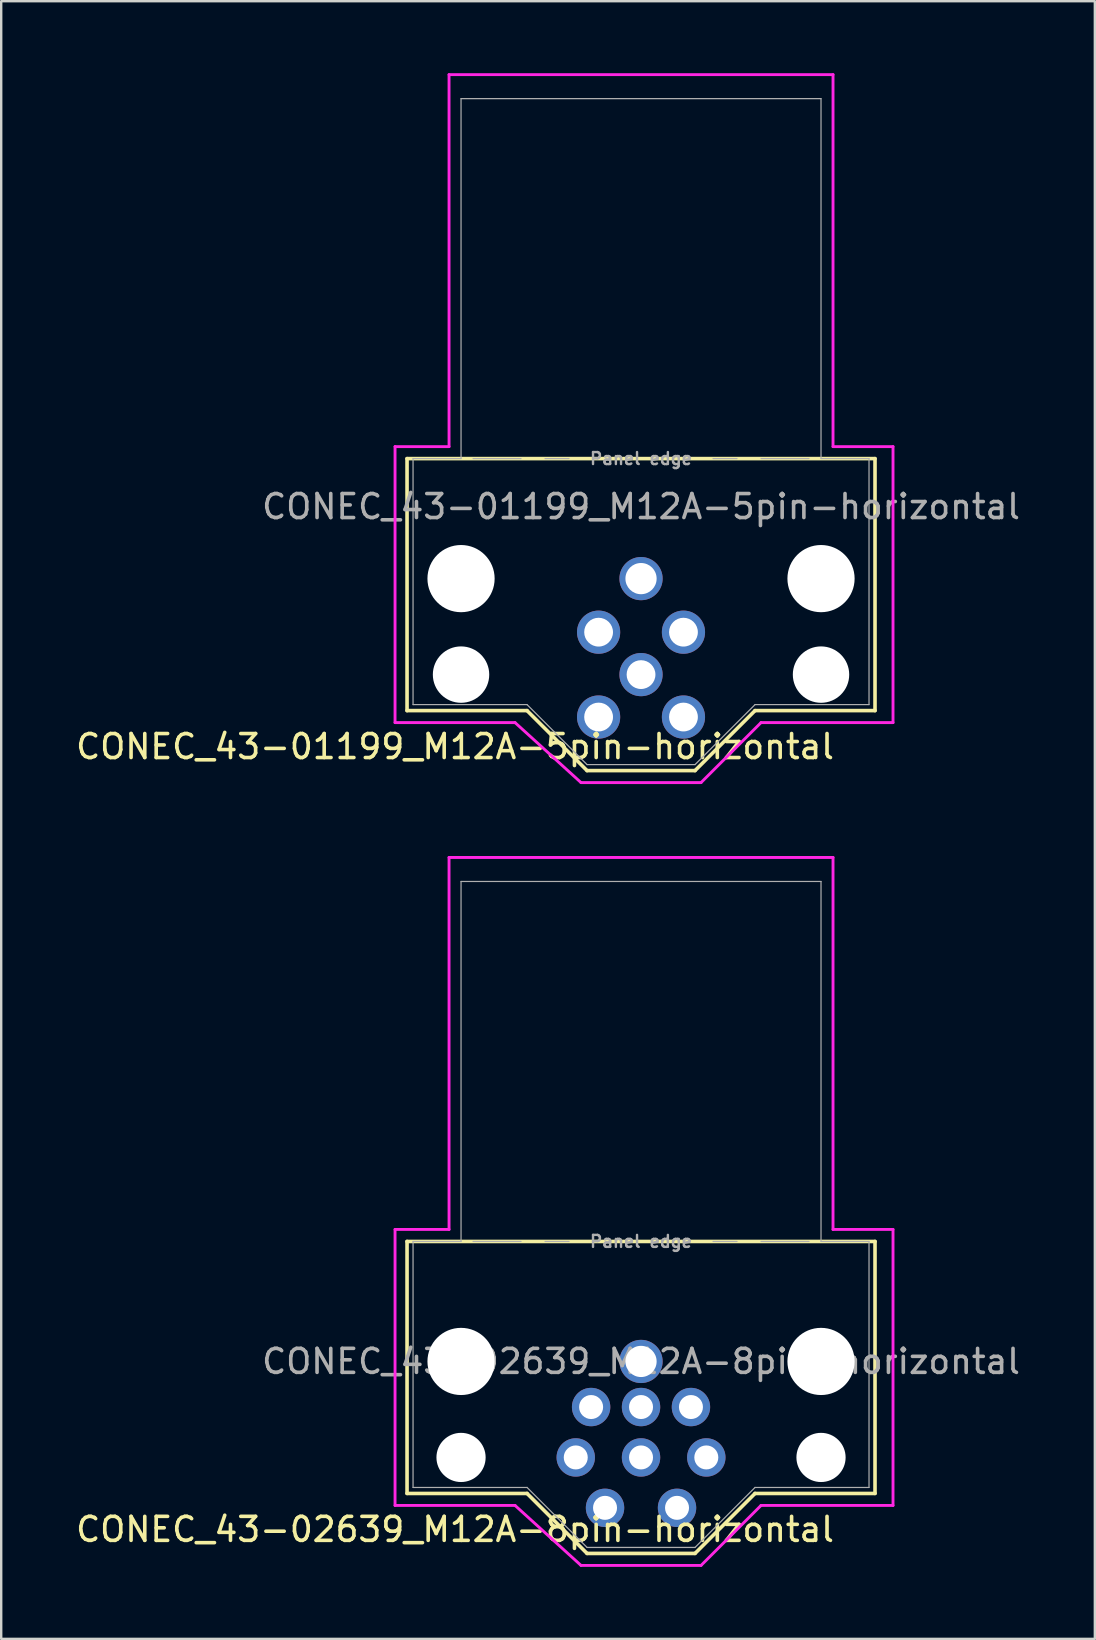
<source format=kicad_pcb>
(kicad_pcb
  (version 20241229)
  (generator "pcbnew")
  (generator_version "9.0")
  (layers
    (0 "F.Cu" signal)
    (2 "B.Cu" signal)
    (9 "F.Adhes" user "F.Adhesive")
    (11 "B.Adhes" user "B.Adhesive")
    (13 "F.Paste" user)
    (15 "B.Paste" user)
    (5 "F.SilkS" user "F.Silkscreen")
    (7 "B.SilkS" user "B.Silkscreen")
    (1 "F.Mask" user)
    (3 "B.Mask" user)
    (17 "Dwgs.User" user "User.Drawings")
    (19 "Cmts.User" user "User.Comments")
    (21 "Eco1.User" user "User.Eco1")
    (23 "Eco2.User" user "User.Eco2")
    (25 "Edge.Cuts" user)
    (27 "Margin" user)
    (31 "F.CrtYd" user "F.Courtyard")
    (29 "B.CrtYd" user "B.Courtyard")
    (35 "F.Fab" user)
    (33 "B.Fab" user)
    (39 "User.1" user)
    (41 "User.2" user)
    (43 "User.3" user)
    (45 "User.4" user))
  (footprint "CONEC_43-01199_M12A-5pin-horizontal"
    (layer "F.Cu")
    (at 23.661 25.06)
    (property "Reference" "CONEC_43-01199_M12A-5pin-horizontal" (at -7.75 3 0) (layer "F.SilkS") (effects (font (size 1 1) (thickness 0.15))))
    (attr through_hole)
    (fp_line (start -9.75 -9) (end -9.75 1.5) (stroke (width 0.15) (type solid)) (layer "F.SilkS"))
    (fp_line (start -9.75 -9) (end 9.75 -9) (stroke (width 0.15) (type solid)) (layer "F.SilkS"))
    (fp_line (start -9.75 1.5) (end -4.75 1.5) (stroke (width 0.15) (type solid)) (layer "F.SilkS"))
    (fp_line (start -2.25 4) (end -4.75 1.5) (stroke (width 0.15) (type solid)) (layer "F.SilkS"))
    (fp_line (start -2.25 4) (end 2.25 4) (stroke (width 0.15) (type solid)) (layer "F.SilkS"))
    (fp_line (start 4.75 1.5) (end 2.25 4) (stroke (width 0.15) (type solid)) (layer "F.SilkS"))
    (fp_line (start 4.75 1.5) (end 9.75 1.5) (stroke (width 0.15) (type solid)) (layer "F.SilkS"))
    (fp_line (start 9.75 -9) (end 9.75 1.5) (stroke (width 0.15) (type solid)) (layer "F.SilkS"))
    (fp_line (start -10.25 -9.5) (end -8 -9.5) (stroke (width 0.12) (type solid)) (layer "F.CrtYd"))
    (fp_line (start -10.25 2) (end -10.25 -9.5) (stroke (width 0.12) (type solid)) (layer "F.CrtYd"))
    (fp_line (start -8 -25) (end 8 -25) (stroke (width 0.12) (type solid)) (layer "F.CrtYd"))
    (fp_line (start -8 -9.5) (end -8 -25) (stroke (width 0.12) (type solid)) (layer "F.CrtYd"))
    (fp_line (start -5.25 2) (end -10.25 2) (stroke (width 0.12) (type solid)) (layer "F.CrtYd"))
    (fp_line (start -2.5 4.5) (end -5.25 2) (stroke (width 0.12) (type solid)) (layer "F.CrtYd"))
    (fp_line (start 2.5 4.5) (end -2.5 4.5) (stroke (width 0.12) (type solid)) (layer "F.CrtYd"))
    (fp_line (start 5 2) (end 2.5 4.5) (stroke (width 0.12) (type solid)) (layer "F.CrtYd"))
    (fp_line (start 8 -25) (end 8 -9.5) (stroke (width 0.12) (type solid)) (layer "F.CrtYd"))
    (fp_line (start 8 -9.5) (end 10.5 -9.5) (stroke (width 0.12) (type solid)) (layer "F.CrtYd"))
    (fp_line (start 10.5 -9.5) (end 10.5 2) (stroke (width 0.12) (type solid)) (layer "F.CrtYd"))
    (fp_line (start 10.5 2) (end 5 2) (stroke (width 0.12) (type solid)) (layer "F.CrtYd"))
    (fp_line (start -9.5 -9) (end -7.5 -9) (stroke (width 0.05) (type solid)) (layer "F.Fab"))
    (fp_line (start -9.5 1.25) (end -9.5 -9) (stroke (width 0.05) (type solid)) (layer "F.Fab"))
    (fp_line (start -7.5 -24) (end 7.5 -24) (stroke (width 0.05) (type solid)) (layer "F.Fab"))
    (fp_line (start -7.5 -9) (end -7.5 -24) (stroke (width 0.05) (type solid)) (layer "F.Fab"))
    (fp_line (start -7 -9) (end -5 -9) (stroke (width 0.05) (type solid)) (layer "F.Fab"))
    (fp_line (start -4.75 1.25) (end -9.5 1.25) (stroke (width 0.05) (type solid)) (layer "F.Fab"))
    (fp_line (start -4 -9) (end -3 -9) (stroke (width 0.05) (type solid)) (layer "F.Fab"))
    (fp_line (start -2.25 3.75) (end -4.75 1.25) (stroke (width 0.05) (type solid)) (layer "F.Fab"))
    (fp_line (start 2.25 3.75) (end -2.25 3.75) (stroke (width 0.05) (type solid)) (layer "F.Fab"))
    (fp_line (start 4 -9) (end 3 -9) (stroke (width 0.05) (type solid)) (layer "F.Fab"))
    (fp_line (start 4.75 1.25) (end 2.25 3.75) (stroke (width 0.05) (type solid)) (layer "F.Fab"))
    (fp_line (start 7 -9) (end 5 -9) (stroke (width 0.05) (type solid)) (layer "F.Fab"))
    (fp_line (start 7.5 -9) (end 7.5 -24) (stroke (width 0.05) (type solid)) (layer "F.Fab"))
    (fp_line (start 7.5 -9) (end 9.5 -9) (stroke (width 0.05) (type solid)) (layer "F.Fab"))
    (fp_line (start 9.5 -9) (end 9.5 1.25) (stroke (width 0.05) (type solid)) (layer "F.Fab"))
    (fp_line (start 9.5 1.25) (end 4.75 1.25) (stroke (width 0.05) (type solid)) (layer "F.Fab"))
    (fp_text user "Panel edge" (at 0 -9 0) (layer "F.Fab") (effects (font (size 0.5 0.5) (thickness 0.1))))
    (fp_text user "${REFERENCE}" (at 0 -7 0) (layer "F.Fab") (effects (font (size 1 1) (thickness 0.15))))
    (pad "" np_thru_hole circle (at -7.5 -4) (size 2.8 2.8) (drill 2.8) (layers "*.Cu" "*.Mask"))
    (pad "" np_thru_hole circle (at -7.5 0) (size 2.35 2.35) (drill 2.35) (layers "*.Cu" "*.Mask"))
    (pad "" np_thru_hole circle (at 7.5 -4) (size 2.8 2.8) (drill 2.8) (layers "*.Cu" "*.Mask"))
    (pad "" np_thru_hole circle (at 7.5 0 180) (size 2.35 2.35) (drill 2.35) (layers "*.Cu" "*.Mask"))
    (pad "1" thru_hole circle (at 1.768 1.768 315) (size 1.8 1.8) (drill 1.2) (layers "*.Cu" "*.Mask"))
    (pad "2" thru_hole circle (at -1.768 1.768 225) (size 1.8 1.8) (drill 1.2) (layers "*.Cu" "*.Mask"))
    (pad "3" thru_hole circle (at -1.768 -1.768 135) (size 1.8 1.8) (drill 1.2) (layers "*.Cu" "*.Mask"))
    (pad "4" thru_hole circle (at 1.768 -1.768 45) (size 1.8 1.8) (drill 1.2) (layers "*.Cu" "*.Mask"))
    (pad "5" thru_hole circle (at 0 0) (size 1.8 1.8) (drill 1.2) (layers "*.Cu" "*.Mask"))
    (pad "MP" thru_hole circle (at 0 -4) (size 1.8 1.8) (drill 1.3) (layers "*.Cu" "*.Mask")))
  (footprint "CONEC_43-02639_M12A-8pin-horizontal"
    (layer "F.Cu")
    (at 23.661 57.68)
    (property "Reference" "CONEC_43-02639_M12A-8pin-horizontal" (at -7.75 3 0) (layer "F.SilkS") (effects (font (size 1 1) (thickness 0.15))))
    (attr through_hole)
    (fp_line (start -9.75 -9) (end -9.75 1.5) (stroke (width 0.15) (type solid)) (layer "F.SilkS"))
    (fp_line (start -9.75 -9) (end 9.75 -9) (stroke (width 0.15) (type solid)) (layer "F.SilkS"))
    (fp_line (start -9.75 1.5) (end -4.75 1.5) (stroke (width 0.15) (type solid)) (layer "F.SilkS"))
    (fp_line (start -2.25 4) (end -4.75 1.5) (stroke (width 0.15) (type solid)) (layer "F.SilkS"))
    (fp_line (start -2.25 4) (end 2.25 4) (stroke (width 0.15) (type solid)) (layer "F.SilkS"))
    (fp_line (start 4.75 1.5) (end 2.25 4) (stroke (width 0.15) (type solid)) (layer "F.SilkS"))
    (fp_line (start 4.75 1.5) (end 9.75 1.5) (stroke (width 0.15) (type solid)) (layer "F.SilkS"))
    (fp_line (start 9.75 -9) (end 9.75 1.5) (stroke (width 0.15) (type solid)) (layer "F.SilkS"))
    (fp_line (start -10.25 -9.5) (end -8 -9.5) (stroke (width 0.12) (type solid)) (layer "F.CrtYd"))
    (fp_line (start -10.25 2) (end -10.25 -9.5) (stroke (width 0.12) (type solid)) (layer "F.CrtYd"))
    (fp_line (start -8 -25) (end 8 -25) (stroke (width 0.12) (type solid)) (layer "F.CrtYd"))
    (fp_line (start -8 -9.5) (end -8 -25) (stroke (width 0.12) (type solid)) (layer "F.CrtYd"))
    (fp_line (start -5.25 2) (end -10.25 2) (stroke (width 0.12) (type solid)) (layer "F.CrtYd"))
    (fp_line (start -2.5 4.5) (end -5.25 2) (stroke (width 0.12) (type solid)) (layer "F.CrtYd"))
    (fp_line (start 2.5 4.5) (end -2.5 4.5) (stroke (width 0.12) (type solid)) (layer "F.CrtYd"))
    (fp_line (start 5 2) (end 2.5 4.5) (stroke (width 0.12) (type solid)) (layer "F.CrtYd"))
    (fp_line (start 8 -25) (end 8 -9.5) (stroke (width 0.12) (type solid)) (layer "F.CrtYd"))
    (fp_line (start 8 -9.5) (end 10.5 -9.5) (stroke (width 0.12) (type solid)) (layer "F.CrtYd"))
    (fp_line (start 10.5 -9.5) (end 10.5 2) (stroke (width 0.12) (type solid)) (layer "F.CrtYd"))
    (fp_line (start 10.5 2) (end 5 2) (stroke (width 0.12) (type solid)) (layer "F.CrtYd"))
    (fp_line (start -9.5 -9) (end -7.5 -9) (stroke (width 0.05) (type solid)) (layer "F.Fab"))
    (fp_line (start -9.5 1.25) (end -9.5 -9) (stroke (width 0.05) (type solid)) (layer "F.Fab"))
    (fp_line (start -7.5 -24) (end 7.5 -24) (stroke (width 0.05) (type solid)) (layer "F.Fab"))
    (fp_line (start -7.5 -9) (end -7.5 -24) (stroke (width 0.05) (type solid)) (layer "F.Fab"))
    (fp_line (start -7 -9) (end -5 -9) (stroke (width 0.05) (type solid)) (layer "F.Fab"))
    (fp_line (start -4.75 1.25) (end -9.5 1.25) (stroke (width 0.05) (type solid)) (layer "F.Fab"))
    (fp_line (start -4 -9) (end -3 -9) (stroke (width 0.05) (type solid)) (layer "F.Fab"))
    (fp_line (start -2.25 3.75) (end -4.75 1.25) (stroke (width 0.05) (type solid)) (layer "F.Fab"))
    (fp_line (start 2.25 3.75) (end -2.25 3.75) (stroke (width 0.05) (type solid)) (layer "F.Fab"))
    (fp_line (start 4 -9) (end 3 -9) (stroke (width 0.05) (type solid)) (layer "F.Fab"))
    (fp_line (start 4.75 1.25) (end 2.25 3.75) (stroke (width 0.05) (type solid)) (layer "F.Fab"))
    (fp_line (start 7 -9) (end 5 -9) (stroke (width 0.05) (type solid)) (layer "F.Fab"))
    (fp_line (start 7.5 -9) (end 7.5 -24) (stroke (width 0.05) (type solid)) (layer "F.Fab"))
    (fp_line (start 7.5 -9) (end 9.5 -9) (stroke (width 0.05) (type solid)) (layer "F.Fab"))
    (fp_line (start 9.5 -9) (end 9.5 1.25) (stroke (width 0.05) (type solid)) (layer "F.Fab"))
    (fp_line (start 9.5 1.25) (end 4.75 1.25) (stroke (width 0.05) (type solid)) (layer "F.Fab"))
    (fp_text user "Panel edge" (at 0 -9 0) (layer "F.Fab") (effects (font (size 0.5 0.5) (thickness 0.1))))
    (fp_text user "${REFERENCE}" (at 0 -4 0) (layer "F.Fab") (effects (font (size 1 1) (thickness 0.15))))
    (pad "" np_thru_hole circle (at -7.5 -4) (size 2.8 2.8) (drill 2.8) (layers "*.Cu" "*.Mask"))
    (pad "" np_thru_hole circle (at -7.5 0) (size 2.05 2.05) (drill 2.05) (layers "*.Cu" "*.Mask"))
    (pad "" np_thru_hole circle (at 7.5 -4) (size 2.8 2.8) (drill 2.8) (layers "*.Cu" "*.Mask"))
    (pad "" np_thru_hole circle (at 7.5 0 180) (size 2.05 2.05) (drill 2.05) (layers "*.Cu" "*.Mask"))
    (pad "1" thru_hole circle (at 1.5 2.1) (size 1.6 1.6) (drill 1) (layers "*.Cu" "*.Mask"))
    (pad "2" thru_hole circle (at -1.5 2.1) (size 1.6 1.6) (drill 1) (layers "*.Cu" "*.Mask"))
    (pad "3" thru_hole circle (at -2.72 0 180) (size 1.6 1.6) (drill 1) (layers "*.Cu" "*.Mask"))
    (pad "4" thru_hole circle (at -2.08 -2.1) (size 1.6 1.6) (drill 1) (layers "*.Cu" "*.Mask"))
    (pad "5" thru_hole circle (at 0 -2.1) (size 1.6 1.6) (drill 1) (layers "*.Cu" "*.Mask"))
    (pad "6" thru_hole circle (at 2.08 -2.1) (size 1.6 1.6) (drill 1) (layers "*.Cu" "*.Mask"))
    (pad "7" thru_hole circle (at 2.72 0) (size 1.6 1.6) (drill 1) (layers "*.Cu" "*.Mask"))
    (pad "8" thru_hole circle (at 0 0) (size 1.6 1.6) (drill 1) (layers "*.Cu" "*.Mask"))
    (pad "MP" thru_hole circle (at 0 -4) (size 1.8 1.8) (drill 1.3) (layers "*.Cu" "*.Mask")))
  (gr_rect
    (start -3 -3)
    (end 42.571 65.24)
    (stroke (width 0.1) (type default))
    (fill no)
    (layer "Edge.Cuts")))
</source>
